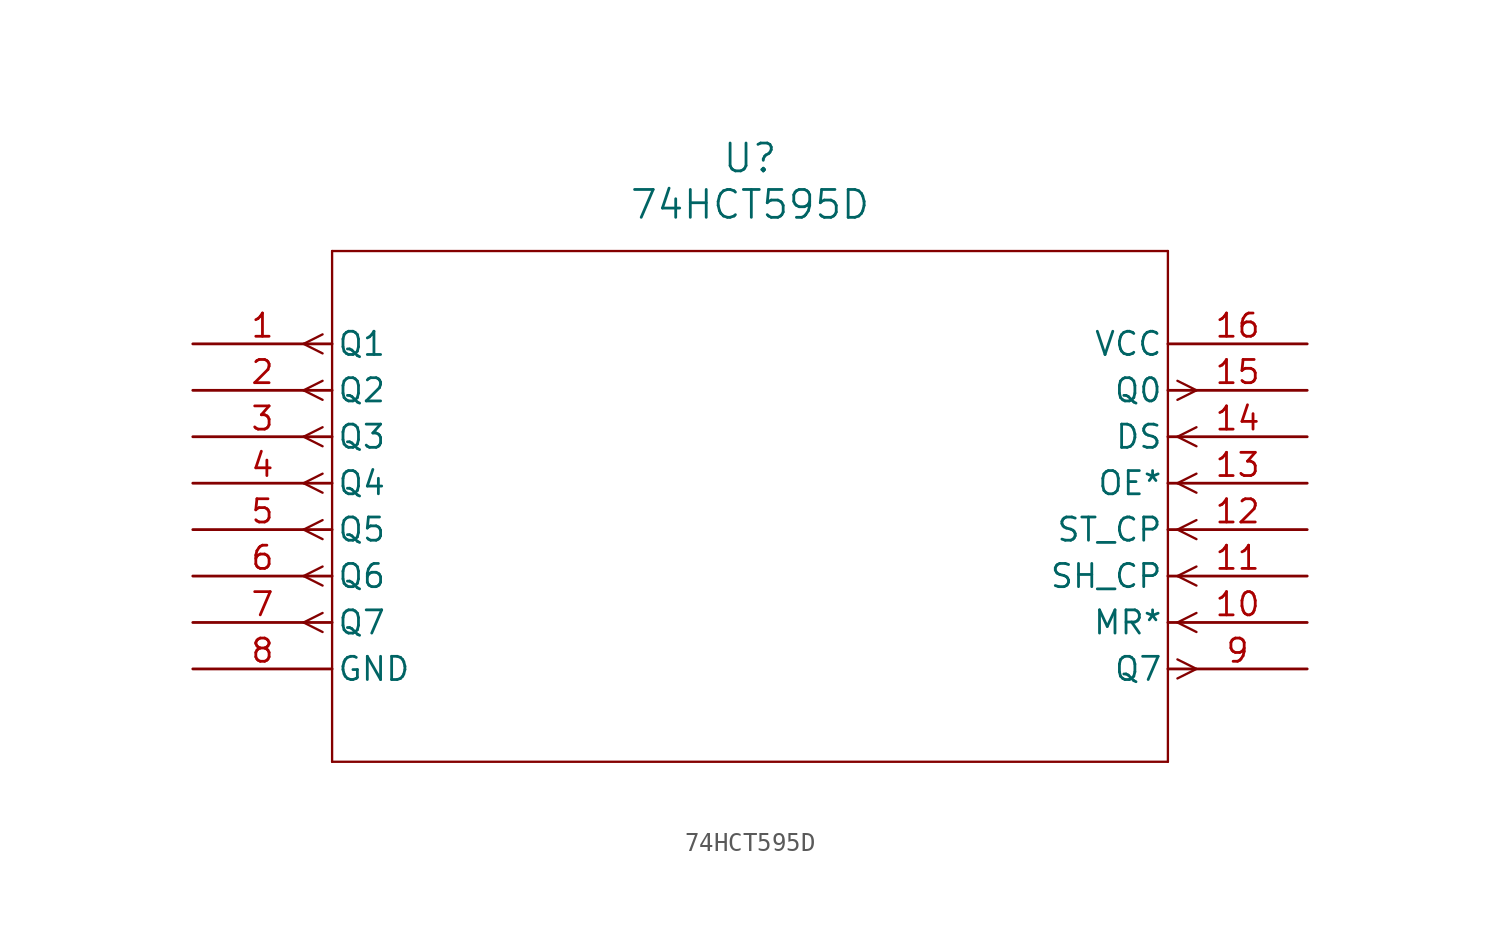
<source format=kicad_sym>
(kicad_symbol_lib
  (version 20211014)
  (generator kicad_symbol_editor)
  (symbol "74HCT595D"
    (pin_names
      (offset 0.254))
    (property "Reference" "U"
      (at 30.48 10.16 0)
      (effects (font (size 1.524 1.524))))
    (property "Value" "74HCT595D"
      (at 30.48 7.62 0)
      (effects (font (size 1.524 1.524))))
    (symbol "74HCT595D_0_1"
      (polyline (pts (xy 7.099 0.521) (xy 6.058 0)) (stroke (width 0.127) (type default) (color 0 0 0 0)) (fill (type none)))
      (polyline (pts (xy 7.099 -0.521) (xy 6.058 0)) (stroke (width 0.127) (type default) (color 0 0 0 0)) (fill (type none)))
      (polyline (pts (xy 7.099 -2.019) (xy 6.058 -2.54)) (stroke (width 0.127) (type default) (color 0 0 0 0)) (fill (type none)))
      (polyline (pts (xy 7.099 -3.061) (xy 6.058 -2.54)) (stroke (width 0.127) (type default) (color 0 0 0 0)) (fill (type none)))
      (polyline (pts (xy 7.099 -4.559) (xy 6.058 -5.08)) (stroke (width 0.127) (type default) (color 0 0 0 0)) (fill (type none)))
      (polyline (pts (xy 7.099 -5.601) (xy 6.058 -5.08)) (stroke (width 0.127) (type default) (color 0 0 0 0)) (fill (type none)))
      (polyline (pts (xy 7.099 -7.099) (xy 6.058 -7.62)) (stroke (width 0.127) (type default) (color 0 0 0 0)) (fill (type none)))
      (polyline (pts (xy 7.099 -8.141) (xy 6.058 -7.62)) (stroke (width 0.127) (type default) (color 0 0 0 0)) (fill (type none)))
      (polyline (pts (xy 7.099 -9.639) (xy 6.058 -10.16)) (stroke (width 0.127) (type default) (color 0 0 0 0)) (fill (type none)))
      (polyline (pts (xy 7.099 -10.681) (xy 6.058 -10.16)) (stroke (width 0.127) (type default) (color 0 0 0 0)) (fill (type none)))
      (polyline (pts (xy 7.099 -12.179) (xy 6.058 -12.7)) (stroke (width 0.127) (type default) (color 0 0 0 0)) (fill (type none)))
      (polyline (pts (xy 7.099 -13.221) (xy 6.058 -12.7)) (stroke (width 0.127) (type default) (color 0 0 0 0)) (fill (type none)))
      (polyline (pts (xy 7.099 -14.719) (xy 6.058 -15.24)) (stroke (width 0.127) (type default) (color 0 0 0 0)) (fill (type none)))
      (polyline (pts (xy 7.099 -15.761) (xy 6.058 -15.24)) (stroke (width 0.127) (type default) (color 0 0 0 0)) (fill (type none)))
      (polyline (pts (xy 53.861 -17.259) (xy 54.902 -17.78)) (stroke (width 0.127) (type default) (color 0 0 0 0)) (fill (type none)))
      (polyline (pts (xy 53.861 -18.301) (xy 54.902 -17.78)) (stroke (width 0.127) (type default) (color 0 0 0 0)) (fill (type none)))
      (polyline (pts (xy 53.861 -15.24) (xy 54.902 -14.719)) (stroke (width 0.127) (type default) (color 0 0 0 0)) (fill (type none)))
      (polyline (pts (xy 53.861 -15.24) (xy 54.902 -15.761)) (stroke (width 0.127) (type default) (color 0 0 0 0)) (fill (type none)))
      (polyline (pts (xy 53.861 -12.7) (xy 54.902 -12.179)) (stroke (width 0.127) (type default) (color 0 0 0 0)) (fill (type none)))
      (polyline (pts (xy 53.861 -12.7) (xy 54.902 -13.221)) (stroke (width 0.127) (type default) (color 0 0 0 0)) (fill (type none)))
      (polyline (pts (xy 53.861 -10.16) (xy 54.902 -9.639)) (stroke (width 0.127) (type default) (color 0 0 0 0)) (fill (type none)))
      (polyline (pts (xy 53.861 -10.16) (xy 54.902 -10.681)) (stroke (width 0.127) (type default) (color 0 0 0 0)) (fill (type none)))
      (polyline (pts (xy 53.861 -7.62) (xy 54.902 -7.099)) (stroke (width 0.127) (type default) (color 0 0 0 0)) (fill (type none)))
      (polyline (pts (xy 53.861 -7.62) (xy 54.902 -8.141)) (stroke (width 0.127) (type default) (color 0 0 0 0)) (fill (type none)))
      (polyline (pts (xy 53.861 -5.08) (xy 54.902 -4.559)) (stroke (width 0.127) (type default) (color 0 0 0 0)) (fill (type none)))
      (polyline (pts (xy 53.861 -5.08) (xy 54.902 -5.601)) (stroke (width 0.127) (type default) (color 0 0 0 0)) (fill (type none)))
      (polyline (pts (xy 53.861 -2.019) (xy 54.902 -2.54)) (stroke (width 0.127) (type default) (color 0 0 0 0)) (fill (type none)))
      (polyline (pts (xy 53.861 -3.061) (xy 54.902 -2.54)) (stroke (width 0.127) (type default) (color 0 0 0 0)) (fill (type none)))
      (polyline (pts (xy 7.62 5.08) (xy 7.62 -22.86)) (stroke (width 0.127) (type default) (color 0 0 0 0)) (fill (type none)))
      (polyline (pts (xy 7.62 -22.86) (xy 53.34 -22.86)) (stroke (width 0.127) (type default) (color 0 0 0 0)) (fill (type none)))
      (polyline (pts (xy 53.34 -22.86) (xy 53.34 5.08)) (stroke (width 0.127) (type default) (color 0 0 0 0)) (fill (type none)))
      (polyline (pts (xy 53.34 5.08) (xy 7.62 5.08)) (stroke (width 0.127) (type default) (color 0 0 0 0)) (fill (type none)))
      (pin output line (at 0 0 0) (length 7.62) (name "Q1" (effects (font (size 1.27 1.27)))) (number "1" (effects (font (size 1.27 1.27)))))
      (pin output line (at 0 -2.54 0) (length 7.62) (name "Q2" (effects (font (size 1.27 1.27)))) (number "2" (effects (font (size 1.27 1.27)))))
      (pin output line (at 0 -5.08 0) (length 7.62) (name "Q3" (effects (font (size 1.27 1.27)))) (number "3" (effects (font (size 1.27 1.27)))))
      (pin output line (at 0 -7.62 0) (length 7.62) (name "Q4" (effects (font (size 1.27 1.27)))) (number "4" (effects (font (size 1.27 1.27)))))
      (pin output line (at 0 -10.16 0) (length 7.62) (name "Q5" (effects (font (size 1.27 1.27)))) (number "5" (effects (font (size 1.27 1.27)))))
      (pin output line (at 0 -12.7 0) (length 7.62) (name "Q6" (effects (font (size 1.27 1.27)))) (number "6" (effects (font (size 1.27 1.27)))))
      (pin output line (at 0 -15.24 0) (length 7.62) (name "Q7" (effects (font (size 1.27 1.27)))) (number "7" (effects (font (size 1.27 1.27)))))
      (pin power_in line (at 0 -17.78 0) (length 7.62) (name "GND" (effects (font (size 1.27 1.27)))) (number "8" (effects (font (size 1.27 1.27)))))
      (pin output line (at 60.96 -17.78 180) (length 7.62) (name "Q7" (effects (font (size 1.27 1.27)))) (number "9" (effects (font (size 1.27 1.27)))))
      (pin input line (at 60.96 -15.24 180) (length 7.62) (name "MR*" (effects (font (size 1.27 1.27)))) (number "10" (effects (font (size 1.27 1.27)))))
      (pin input line (at 60.96 -12.7 180) (length 7.62) (name "SH_CP" (effects (font (size 1.27 1.27)))) (number "11" (effects (font (size 1.27 1.27)))))
      (pin input line (at 60.96 -10.16 180) (length 7.62) (name "ST_CP" (effects (font (size 1.27 1.27)))) (number "12" (effects (font (size 1.27 1.27)))))
      (pin input line (at 60.96 -7.62 180) (length 7.62) (name "OE*" (effects (font (size 1.27 1.27)))) (number "13" (effects (font (size 1.27 1.27)))))
      (pin input line (at 60.96 -5.08 180) (length 7.62) (name "DS" (effects (font (size 1.27 1.27)))) (number "14" (effects (font (size 1.27 1.27)))))
      (pin output line (at 60.96 -2.54 180) (length 7.62) (name "Q0" (effects (font (size 1.27 1.27)))) (number "15" (effects (font (size 1.27 1.27)))))
      (pin power_in line (at 60.96 0 180) (length 7.62) (name "VCC" (effects (font (size 1.27 1.27)))) (number "16" (effects (font (size 1.27 1.27))))))))
</source>
